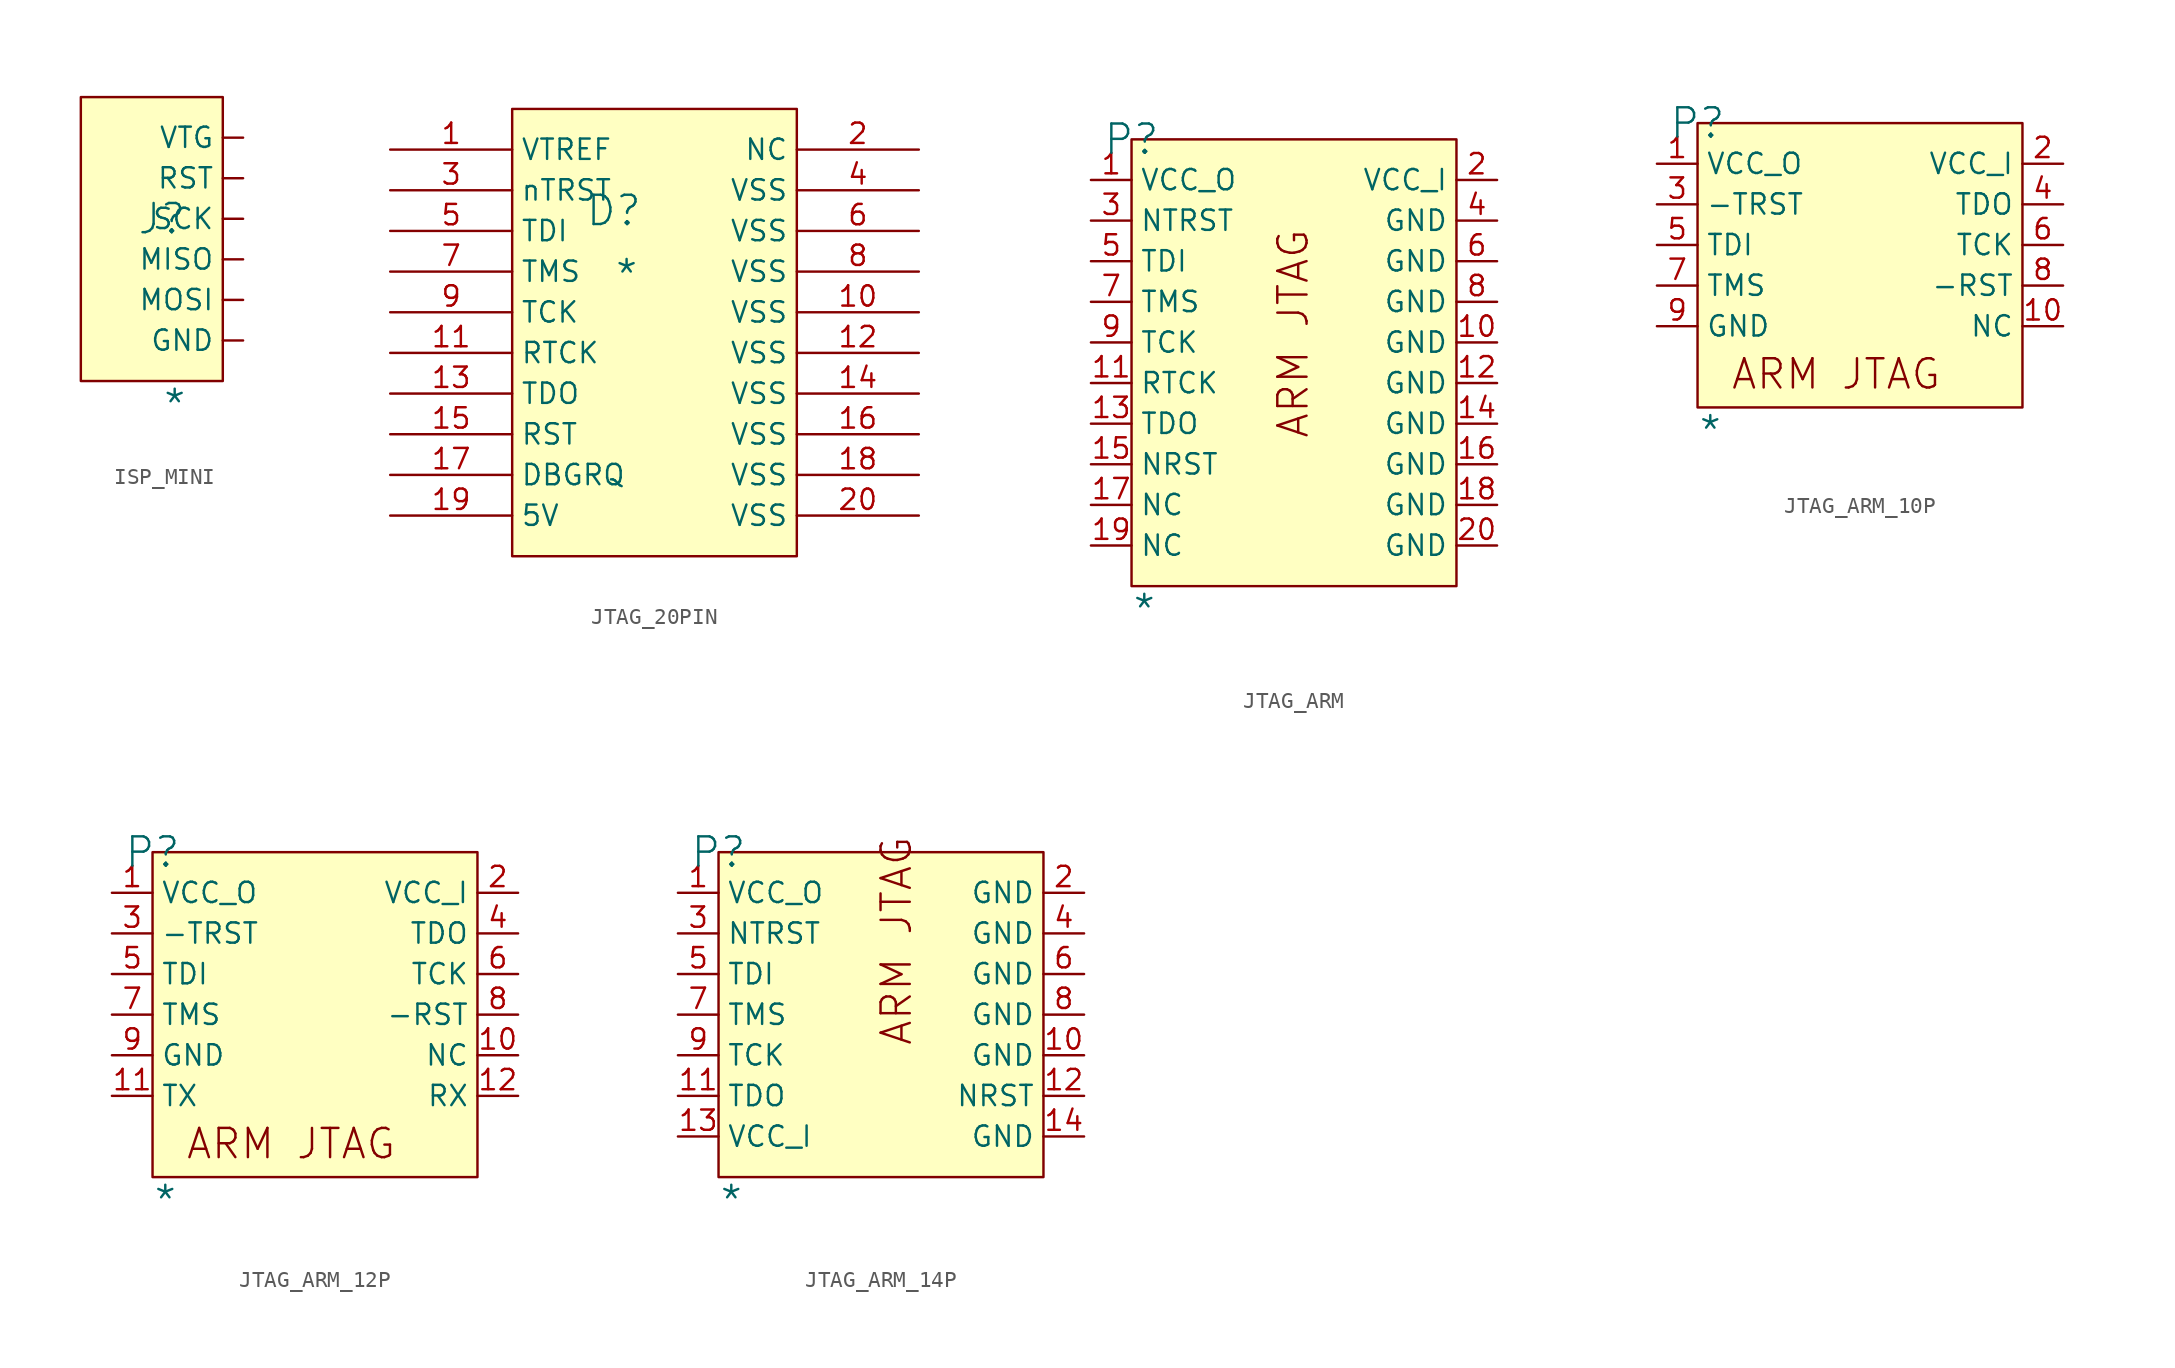
<source format=kicad_sym>
(kicad_symbol_lib
  (version 20241209)
  (generator "kicad_symbol_editor")
  (generator_version "9.0")
  (symbol "ISP_MINI"
    (pin_numbers
      (hide yes))
    (property "Reference" "J"
      (at 0 0 0)
      (effects (font (size 1.829 1.829))))
    (property "Value" "*"
      (at 0 -12.7 0)
      (effects (font (size 1.829 1.829)) (justify left bottom)))
    (symbol "ISP_MINI_1_0"
      (rectangle (start 3.81 7.62) (end -5.08 -10.16) (stroke (width 0) (type solid) (color 128 0 0 1)) (fill (type background)))
      (pin passive line (at 5.08 5.08 180) (length 1.27) (name "VTG" (effects (font (size 1.27 1.27)))) (number "1" (effects (font (size 1.27 1.27)))))
      (pin passive line (at 5.08 2.54 180) (length 1.27) (name "RST" (effects (font (size 1.27 1.27)))) (number "2" (effects (font (size 1.27 1.27)))))
      (pin passive line (at 5.08 0 180) (length 1.27) (name "SCK" (effects (font (size 1.27 1.27)))) (number "3" (effects (font (size 1.27 1.27)))))
      (pin passive line (at 5.08 -2.54 180) (length 1.27) (name "MISO" (effects (font (size 1.27 1.27)))) (number "4" (effects (font (size 1.27 1.27)))))
      (pin passive line (at 5.08 -5.08 180) (length 1.27) (name "MOSI" (effects (font (size 1.27 1.27)))) (number "5" (effects (font (size 1.27 1.27)))))
      (pin passive line (at 5.08 -7.62 180) (length 1.27) (name "GND" (effects (font (size 1.27 1.27)))) (number "6" (effects (font (size 1.27 1.27)))))))
  (symbol "JTAG_20PIN"
    (property "Reference" "D"
      (at -1.27 1.27 0)
      (effects (font (size 1.829 1.829))))
    (property "Value" "*"
      (at -1.27 -3.81 0)
      (effects (font (size 1.829 1.829)) (justify left bottom)))
    (symbol "JTAG_20PIN_1_0"
      (polyline (pts (xy 10.16 7.62) (xy -7.62 7.62) (xy -7.62 -20.32) (xy 10.16 -20.32) (xy 10.16 7.62)) (stroke (width 0) (type solid)) (fill (type none)))
      (rectangle (start 10.16 7.62) (end -7.62 -20.32) (stroke (width 0.025) (type solid) (color 128 0 0 1)) (fill (type background)))
      (pin passive line (at -15.24 5.08 0) (length 7.62) (name "VTREF" (effects (font (size 1.27 1.27)))) (number "1" (effects (font (size 1.27 1.27)))))
      (pin passive line (at -15.24 2.54 0) (length 7.62) (name "nTRST" (effects (font (size 1.27 1.27)))) (number "3" (effects (font (size 1.27 1.27)))))
      (pin passive line (at -15.24 0 0) (length 7.62) (name "TDI" (effects (font (size 1.27 1.27)))) (number "5" (effects (font (size 1.27 1.27)))))
      (pin passive line (at -15.24 -2.54 0) (length 7.62) (name "TMS" (effects (font (size 1.27 1.27)))) (number "7" (effects (font (size 1.27 1.27)))))
      (pin passive line (at -15.24 -5.08 0) (length 7.62) (name "TCK" (effects (font (size 1.27 1.27)))) (number "9" (effects (font (size 1.27 1.27)))))
      (pin passive line (at -15.24 -7.62 0) (length 7.62) (name "RTCK" (effects (font (size 1.27 1.27)))) (number "11" (effects (font (size 1.27 1.27)))))
      (pin passive line (at -15.24 -10.16 0) (length 7.62) (name "TDO" (effects (font (size 1.27 1.27)))) (number "13" (effects (font (size 1.27 1.27)))))
      (pin passive line (at -15.24 -12.7 0) (length 7.62) (name "RST" (effects (font (size 1.27 1.27)))) (number "15" (effects (font (size 1.27 1.27)))))
      (pin passive line (at -15.24 -15.24 0) (length 7.62) (name "DBGRQ" (effects (font (size 1.27 1.27)))) (number "17" (effects (font (size 1.27 1.27)))))
      (pin passive line (at -15.24 -17.78 0) (length 7.62) (name "5V" (effects (font (size 1.27 1.27)))) (number "19" (effects (font (size 1.27 1.27)))))
      (pin passive line (at 17.78 5.08 180) (length 7.62) (name "NC" (effects (font (size 1.27 1.27)))) (number "2" (effects (font (size 1.27 1.27)))))
      (pin passive line (at 17.78 2.54 180) (length 7.62) (name "VSS" (effects (font (size 1.27 1.27)))) (number "4" (effects (font (size 1.27 1.27)))))
      (pin passive line (at 17.78 0 180) (length 7.62) (name "VSS" (effects (font (size 1.27 1.27)))) (number "6" (effects (font (size 1.27 1.27)))))
      (pin passive line (at 17.78 -2.54 180) (length 7.62) (name "VSS" (effects (font (size 1.27 1.27)))) (number "8" (effects (font (size 1.27 1.27)))))
      (pin passive line (at 17.78 -5.08 180) (length 7.62) (name "VSS" (effects (font (size 1.27 1.27)))) (number "10" (effects (font (size 1.27 1.27)))))
      (pin passive line (at 17.78 -7.62 180) (length 7.62) (name "VSS" (effects (font (size 1.27 1.27)))) (number "12" (effects (font (size 1.27 1.27)))))
      (pin passive line (at 17.78 -10.16 180) (length 7.62) (name "VSS" (effects (font (size 1.27 1.27)))) (number "14" (effects (font (size 1.27 1.27)))))
      (pin passive line (at 17.78 -12.7 180) (length 7.62) (name "VSS" (effects (font (size 1.27 1.27)))) (number "16" (effects (font (size 1.27 1.27)))))
      (pin passive line (at 17.78 -15.24 180) (length 7.62) (name "VSS" (effects (font (size 1.27 1.27)))) (number "18" (effects (font (size 1.27 1.27)))))
      (pin passive line (at 17.78 -17.78 180) (length 7.62) (name "VSS" (effects (font (size 1.27 1.27)))) (number "20" (effects (font (size 1.27 1.27)))))))
  (symbol "JTAG_ARM"
    (property "Reference" "P"
      (at 0 0 0)
      (effects (font (size 1.829 1.829))))
    (property "Value" "*"
      (at 0 -30.48 0)
      (effects (font (size 1.829 1.829)) (justify left bottom)))
    (symbol "JTAG_ARM_1_0"
      (rectangle (start 20.32 0) (end 0 -27.94) (stroke (width 0) (type solid) (color 128 0 0 1)) (fill (type background)))
      (text "ARM JTAG" (at 11.176 -18.776 900) (effects (font (size 1.829 1.829)) (justify left bottom)))
      (pin power_in line (at -2.54 -2.54 0) (length 2.54) (name "VCC_O" (effects (font (size 1.27 1.27)))) (number "1" (effects (font (size 1.27 1.27)))))
      (pin bidirectional line (at -2.54 -5.08 0) (length 2.54) (name "NTRST" (effects (font (size 1.27 1.27)))) (number "3" (effects (font (size 1.27 1.27)))))
      (pin output line (at -2.54 -7.62 0) (length 2.54) (name "TDI" (effects (font (size 1.27 1.27)))) (number "5" (effects (font (size 1.27 1.27)))))
      (pin output line (at -2.54 -10.16 0) (length 2.54) (name "TMS" (effects (font (size 1.27 1.27)))) (number "7" (effects (font (size 1.27 1.27)))))
      (pin output line (at -2.54 -12.7 0) (length 2.54) (name "TCK" (effects (font (size 1.27 1.27)))) (number "9" (effects (font (size 1.27 1.27)))))
      (pin passive line (at -2.54 -15.24 0) (length 2.54) (name "RTCK" (effects (font (size 1.27 1.27)))) (number "11" (effects (font (size 1.27 1.27)))))
      (pin input line (at -2.54 -17.78 0) (length 2.54) (name "TDO" (effects (font (size 1.27 1.27)))) (number "13" (effects (font (size 1.27 1.27)))))
      (pin bidirectional line (at -2.54 -20.32 0) (length 2.54) (name "NRST" (effects (font (size 1.27 1.27)))) (number "15" (effects (font (size 1.27 1.27)))))
      (pin passive line (at -2.54 -22.86 0) (length 2.54) (name "NC" (effects (font (size 1.27 1.27)))) (number "17" (effects (font (size 1.27 1.27)))))
      (pin passive line (at -2.54 -25.4 0) (length 2.54) (name "NC" (effects (font (size 1.27 1.27)))) (number "19" (effects (font (size 1.27 1.27)))))
      (pin power_in line (at 22.86 -2.54 180) (length 2.54) (name "VCC_I" (effects (font (size 1.27 1.27)))) (number "2" (effects (font (size 1.27 1.27)))))
      (pin power_in line (at 22.86 -5.08 180) (length 2.54) (name "GND" (effects (font (size 1.27 1.27)))) (number "4" (effects (font (size 1.27 1.27)))))
      (pin power_in line (at 22.86 -7.62 180) (length 2.54) (name "GND" (effects (font (size 1.27 1.27)))) (number "6" (effects (font (size 1.27 1.27)))))
      (pin power_in line (at 22.86 -10.16 180) (length 2.54) (name "GND" (effects (font (size 1.27 1.27)))) (number "8" (effects (font (size 1.27 1.27)))))
      (pin power_in line (at 22.86 -12.7 180) (length 2.54) (name "GND" (effects (font (size 1.27 1.27)))) (number "10" (effects (font (size 1.27 1.27)))))
      (pin power_in line (at 22.86 -15.24 180) (length 2.54) (name "GND" (effects (font (size 1.27 1.27)))) (number "12" (effects (font (size 1.27 1.27)))))
      (pin power_in line (at 22.86 -17.78 180) (length 2.54) (name "GND" (effects (font (size 1.27 1.27)))) (number "14" (effects (font (size 1.27 1.27)))))
      (pin power_in line (at 22.86 -20.32 180) (length 2.54) (name "GND" (effects (font (size 1.27 1.27)))) (number "16" (effects (font (size 1.27 1.27)))))
      (pin power_in line (at 22.86 -22.86 180) (length 2.54) (name "GND" (effects (font (size 1.27 1.27)))) (number "18" (effects (font (size 1.27 1.27)))))
      (pin power_in line (at 22.86 -25.4 180) (length 2.54) (name "GND" (effects (font (size 1.27 1.27)))) (number "20" (effects (font (size 1.27 1.27)))))))
  (symbol "JTAG_ARM_10P"
    (property "Reference" "P"
      (at 0 0 0)
      (effects (font (size 1.829 1.829))))
    (property "Value" "*"
      (at 0 -20.32 0)
      (effects (font (size 1.829 1.829)) (justify left bottom)))
    (symbol "JTAG_ARM_10P_1_0"
      (rectangle (start 20.32 0) (end 0 -17.78) (stroke (width 0) (type solid) (color 128 0 0 1)) (fill (type background)))
      (text "ARM JTAG" (at 2.032 -16.764 0) (effects (font (size 1.829 1.829)) (justify left bottom)))
      (pin power_in line (at -2.54 -2.54 0) (length 2.54) (name "VCC_O" (effects (font (size 1.27 1.27)))) (number "1" (effects (font (size 1.27 1.27)))))
      (pin bidirectional line (at -2.54 -5.08 0) (length 2.54) (name "-TRST" (effects (font (size 1.27 1.27)))) (number "3" (effects (font (size 1.27 1.27)))))
      (pin input line (at -2.54 -7.62 0) (length 2.54) (name "TDI" (effects (font (size 1.27 1.27)))) (number "5" (effects (font (size 1.27 1.27)))))
      (pin input line (at -2.54 -10.16 0) (length 2.54) (name "TMS" (effects (font (size 1.27 1.27)))) (number "7" (effects (font (size 1.27 1.27)))))
      (pin power_in line (at -2.54 -12.7 0) (length 2.54) (name "GND" (effects (font (size 1.27 1.27)))) (number "9" (effects (font (size 1.27 1.27)))))
      (pin power_in line (at 22.86 -2.54 180) (length 2.54) (name "VCC_I" (effects (font (size 1.27 1.27)))) (number "2" (effects (font (size 1.27 1.27)))))
      (pin output line (at 22.86 -5.08 180) (length 2.54) (name "TDO" (effects (font (size 1.27 1.27)))) (number "4" (effects (font (size 1.27 1.27)))))
      (pin input line (at 22.86 -7.62 180) (length 2.54) (name "TCK" (effects (font (size 1.27 1.27)))) (number "6" (effects (font (size 1.27 1.27)))))
      (pin input line (at 22.86 -10.16 180) (length 2.54) (name "-RST" (effects (font (size 1.27 1.27)))) (number "8" (effects (font (size 1.27 1.27)))))
      (pin passive line (at 22.86 -12.7 180) (length 2.54) (name "NC" (effects (font (size 1.27 1.27)))) (number "10" (effects (font (size 1.27 1.27)))))))
  (symbol "JTAG_ARM_12P"
    (property "Reference" "P"
      (at 0 0 0)
      (effects (font (size 1.829 1.829))))
    (property "Value" "*"
      (at 0 -22.86 0)
      (effects (font (size 1.829 1.829)) (justify left bottom)))
    (symbol "JTAG_ARM_12P_1_0"
      (rectangle (start 20.32 0) (end 0 -20.32) (stroke (width 0) (type solid) (color 128 0 0 1)) (fill (type background)))
      (text "ARM JTAG" (at 2.032 -19.304 0) (effects (font (size 1.829 1.829)) (justify left bottom)))
      (pin power_in line (at -2.54 -2.54 0) (length 2.54) (name "VCC_O" (effects (font (size 1.27 1.27)))) (number "1" (effects (font (size 1.27 1.27)))))
      (pin bidirectional line (at -2.54 -5.08 0) (length 2.54) (name "-TRST" (effects (font (size 1.27 1.27)))) (number "3" (effects (font (size 1.27 1.27)))))
      (pin input line (at -2.54 -7.62 0) (length 2.54) (name "TDI" (effects (font (size 1.27 1.27)))) (number "5" (effects (font (size 1.27 1.27)))))
      (pin input line (at -2.54 -10.16 0) (length 2.54) (name "TMS" (effects (font (size 1.27 1.27)))) (number "7" (effects (font (size 1.27 1.27)))))
      (pin power_in line (at -2.54 -12.7 0) (length 2.54) (name "GND" (effects (font (size 1.27 1.27)))) (number "9" (effects (font (size 1.27 1.27)))))
      (pin passive line (at -2.54 -15.24 0) (length 2.54) (name "TX" (effects (font (size 1.27 1.27)))) (number "11" (effects (font (size 1.27 1.27)))))
      (pin power_in line (at 22.86 -2.54 180) (length 2.54) (name "VCC_I" (effects (font (size 1.27 1.27)))) (number "2" (effects (font (size 1.27 1.27)))))
      (pin output line (at 22.86 -5.08 180) (length 2.54) (name "TDO" (effects (font (size 1.27 1.27)))) (number "4" (effects (font (size 1.27 1.27)))))
      (pin input line (at 22.86 -7.62 180) (length 2.54) (name "TCK" (effects (font (size 1.27 1.27)))) (number "6" (effects (font (size 1.27 1.27)))))
      (pin input line (at 22.86 -10.16 180) (length 2.54) (name "-RST" (effects (font (size 1.27 1.27)))) (number "8" (effects (font (size 1.27 1.27)))))
      (pin passive line (at 22.86 -12.7 180) (length 2.54) (name "NC" (effects (font (size 1.27 1.27)))) (number "10" (effects (font (size 1.27 1.27)))))
      (pin passive line (at 22.86 -15.24 180) (length 2.54) (name "RX" (effects (font (size 1.27 1.27)))) (number "12" (effects (font (size 1.27 1.27)))))))
  (symbol "JTAG_ARM_14P"
    (property "Reference" "P"
      (at 0 0 0)
      (effects (font (size 1.829 1.829))))
    (property "Value" "*"
      (at 0 -22.86 0)
      (effects (font (size 1.829 1.829)) (justify left bottom)))
    (symbol "JTAG_ARM_14P_1_0"
      (rectangle (start 20.32 0) (end 0 -20.32) (stroke (width 0) (type solid) (color 128 0 0 1)) (fill (type background)))
      (text "ARM JTAG" (at 12.192 -12.172 900) (effects (font (size 1.829 1.829)) (justify left bottom)))
      (pin power_in line (at -2.54 -2.54 0) (length 2.54) (name "VCC_O" (effects (font (size 1.27 1.27)))) (number "1" (effects (font (size 1.27 1.27)))))
      (pin bidirectional line (at -2.54 -5.08 0) (length 2.54) (name "NTRST" (effects (font (size 1.27 1.27)))) (number "3" (effects (font (size 1.27 1.27)))))
      (pin output line (at -2.54 -7.62 0) (length 2.54) (name "TDI" (effects (font (size 1.27 1.27)))) (number "5" (effects (font (size 1.27 1.27)))))
      (pin output line (at -2.54 -10.16 0) (length 2.54) (name "TMS" (effects (font (size 1.27 1.27)))) (number "7" (effects (font (size 1.27 1.27)))))
      (pin output line (at -2.54 -12.7 0) (length 2.54) (name "TCK" (effects (font (size 1.27 1.27)))) (number "9" (effects (font (size 1.27 1.27)))))
      (pin input line (at -2.54 -15.24 0) (length 2.54) (name "TDO" (effects (font (size 1.27 1.27)))) (number "11" (effects (font (size 1.27 1.27)))))
      (pin power_in line (at -2.54 -17.78 0) (length 2.54) (name "VCC_I" (effects (font (size 1.27 1.27)))) (number "13" (effects (font (size 1.27 1.27)))))
      (pin power_in line (at 22.86 -2.54 180) (length 2.54) (name "GND" (effects (font (size 1.27 1.27)))) (number "2" (effects (font (size 1.27 1.27)))))
      (pin power_in line (at 22.86 -5.08 180) (length 2.54) (name "GND" (effects (font (size 1.27 1.27)))) (number "4" (effects (font (size 1.27 1.27)))))
      (pin power_in line (at 22.86 -7.62 180) (length 2.54) (name "GND" (effects (font (size 1.27 1.27)))) (number "6" (effects (font (size 1.27 1.27)))))
      (pin power_in line (at 22.86 -10.16 180) (length 2.54) (name "GND" (effects (font (size 1.27 1.27)))) (number "8" (effects (font (size 1.27 1.27)))))
      (pin power_in line (at 22.86 -12.7 180) (length 2.54) (name "GND" (effects (font (size 1.27 1.27)))) (number "10" (effects (font (size 1.27 1.27)))))
      (pin bidirectional line (at 22.86 -15.24 180) (length 2.54) (name "NRST" (effects (font (size 1.27 1.27)))) (number "12" (effects (font (size 1.27 1.27)))))
      (pin power_in line (at 22.86 -17.78 180) (length 2.54) (name "GND" (effects (font (size 1.27 1.27)))) (number "14" (effects (font (size 1.27 1.27))))))))
</source>
